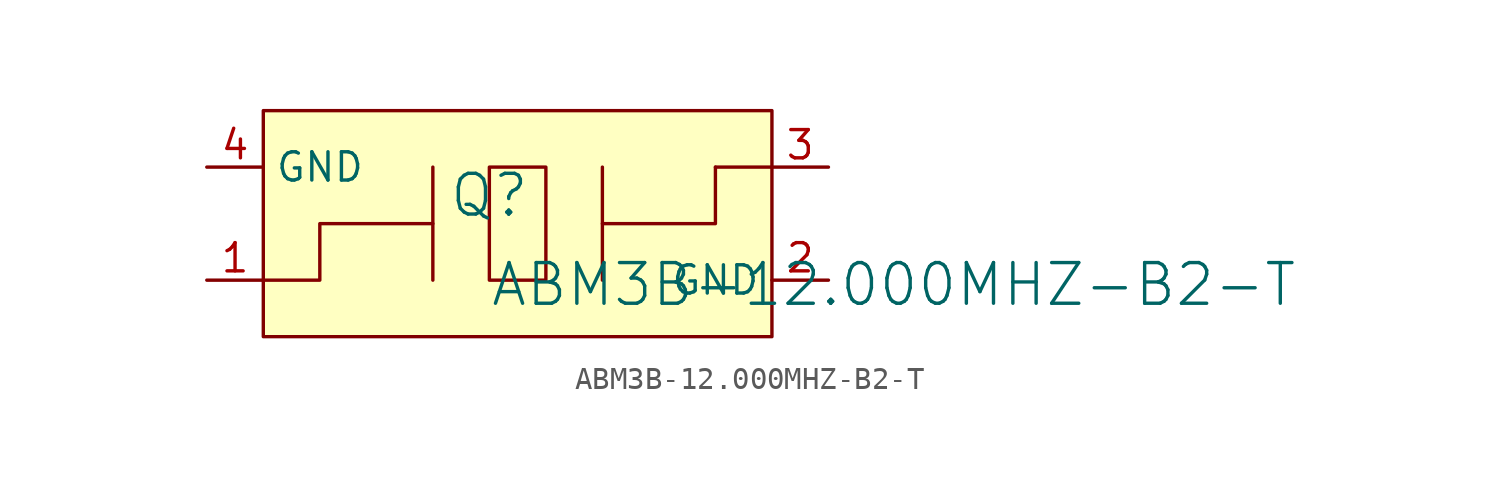
<source format=kicad_sym>
(kicad_symbol_lib
  (version 20241209)
  (generator "kicad_symbol_editor")
  (generator_version "9.0")
  (symbol "ABM3B-12.000MHZ-B2-T"
    (property "Reference" "Q"
      (at -1.27 1.27 0)
      (effects (font (size 1.829 1.829))))
    (property "Value" "ABM3B-12.000MHZ-B2-T"
      (at -1.27 -3.81 0)
      (effects (font (size 1.829 1.829)) (justify left bottom)))
    (symbol "ABM3B-12.000MHZ-B2-T_1_0"
      (polyline (pts (xy -3.81 2.54) (xy -3.81 -2.54)) (stroke (width 0) (type solid)) (fill (type none)))
      (polyline (pts (xy -3.81 0) (xy -8.89 0) (xy -8.89 -2.54) (xy -11.43 -2.54)) (stroke (width 0) (type solid)) (fill (type none)))
      (polyline (pts (xy -1.27 2.54) (xy -1.27 -2.54) (xy 1.27 -2.54) (xy 1.27 2.54) (xy -1.27 2.54)) (stroke (width 0) (type solid)) (fill (type none)))
      (polyline (pts (xy 3.81 2.54) (xy 3.81 -2.54)) (stroke (width 0) (type solid)) (fill (type none)))
      (polyline (pts (xy 3.81 0) (xy 8.89 0) (xy 8.89 2.54)) (stroke (width 0) (type solid)) (fill (type none)))
      (polyline (pts (xy 8.89 2.54) (xy 11.43 2.54)) (stroke (width 0) (type solid)) (fill (type none)))
      (rectangle (start 11.43 5.08) (end -11.43 -5.08) (stroke (width 0) (type solid) (color 128 0 0 1)) (fill (type background)))
      (pin passive line (at -13.97 2.54 0) (length 2.54) (name "GND" (effects (font (size 1.27 1.27)))) (number "4" (effects (font (size 1.27 1.27)))))
      (pin passive line (at -13.97 -2.54 0) (length 2.54) (name "" (effects (font (size 1.27 1.27)))) (number "1" (effects (font (size 1.27 1.27)))))
      (pin passive line (at 13.97 2.54 180) (length 2.54) (name "" (effects (font (size 1.27 1.27)))) (number "3" (effects (font (size 1.27 1.27)))))
      (pin passive line (at 13.97 -2.54 180) (length 2.54) (name "GND" (effects (font (size 1.27 1.27)))) (number "2" (effects (font (size 1.27 1.27))))))))
</source>
